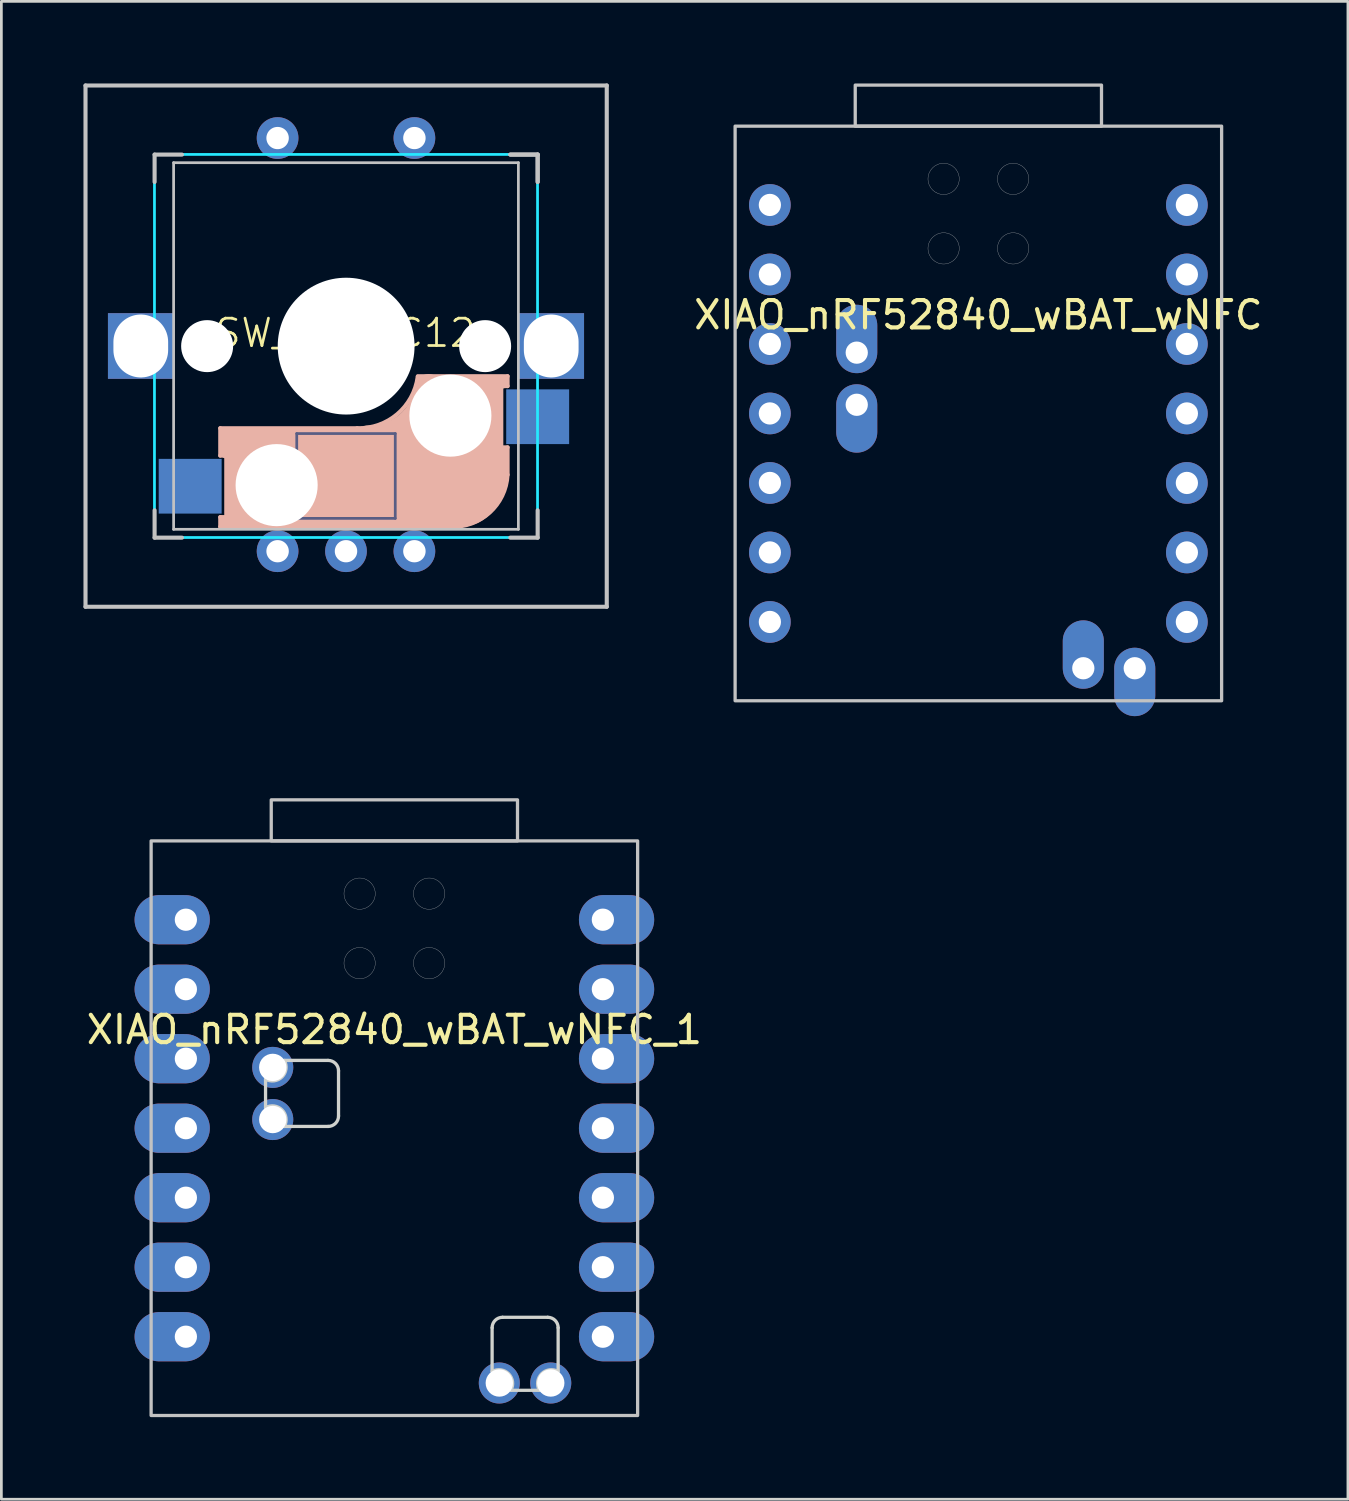
<source format=kicad_pcb>
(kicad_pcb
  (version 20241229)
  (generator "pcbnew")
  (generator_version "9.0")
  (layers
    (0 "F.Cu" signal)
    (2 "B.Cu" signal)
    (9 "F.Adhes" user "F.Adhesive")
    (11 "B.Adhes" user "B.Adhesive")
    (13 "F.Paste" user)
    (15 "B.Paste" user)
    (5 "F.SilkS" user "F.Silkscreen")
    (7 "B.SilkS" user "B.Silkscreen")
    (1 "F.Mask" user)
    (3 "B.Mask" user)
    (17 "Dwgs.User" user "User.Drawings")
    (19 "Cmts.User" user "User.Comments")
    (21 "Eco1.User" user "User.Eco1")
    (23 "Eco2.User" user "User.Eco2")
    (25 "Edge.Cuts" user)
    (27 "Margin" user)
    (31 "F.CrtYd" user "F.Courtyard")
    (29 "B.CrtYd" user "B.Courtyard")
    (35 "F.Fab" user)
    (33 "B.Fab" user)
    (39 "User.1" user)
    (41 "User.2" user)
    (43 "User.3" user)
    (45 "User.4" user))
  (footprint "XIAO_nRF52840_wBAT_wNFC"
    (layer "F.Cu")
    (at 32.706 1.56)
    (property "Reference" "XIAO_nRF52840_wBAT_wNFC" (at 0 6.9 0) (layer "F.SilkS") (effects (font (size 1 1) (thickness 0.15))))
    (attr through_hole exclude_from_pos_files)
    (fp_rect (start -8.89 21) (end 8.89 0) (stroke (width 0.12) (type solid)) (fill no) (layer "Dwgs.User"))
    (fp_rect (start -4.5 -1.5) (end 4.5 0) (stroke (width 0.12) (type solid)) (fill no) (layer "Dwgs.User"))
    (fp_circle (center -1.27 1.928) (end -0.699 1.928) (stroke (width 0.01) (type solid)) (fill no) (layer "Dwgs.User"))
    (fp_circle (center -1.27 4.468) (end -0.699 4.468) (stroke (width 0.01) (type solid)) (fill no) (layer "Dwgs.User"))
    (fp_circle (center 1.27 1.928) (end 1.841 1.928) (stroke (width 0.01) (type solid)) (fill no) (layer "Dwgs.User"))
    (fp_circle (center 1.27 4.468) (end 1.841 4.468) (stroke (width 0.01) (type solid)) (fill no) (layer "Dwgs.User"))
    (pad "1" thru_hole circle (at -7.62 2.88) (size 1.524 1.524) (drill 0.813) (layers "*.Cu" "*.Mask"))
    (pad "2" thru_hole circle (at -7.62 5.42) (size 1.524 1.524) (drill 0.813) (layers "*.Cu" "*.Mask"))
    (pad "3" thru_hole circle (at -7.62 7.96) (size 1.524 1.524) (drill 0.813) (layers "*.Cu" "*.Mask"))
    (pad "4" thru_hole circle (at -7.62 10.5) (size 1.524 1.524) (drill 0.813) (layers "*.Cu" "*.Mask"))
    (pad "5" thru_hole circle (at -7.62 13.04) (size 1.524 1.524) (drill 0.813) (layers "*.Cu" "*.Mask"))
    (pad "6" thru_hole circle (at -7.62 15.58) (size 1.524 1.524) (drill 0.813) (layers "*.Cu" "*.Mask"))
    (pad "7" thru_hole circle (at -7.62 18.12) (size 1.524 1.524) (drill 0.813) (layers "*.Cu" "*.Mask"))
    (pad "8" thru_hole circle (at 7.62 18.12) (size 1.524 1.524) (drill 0.813) (layers "*.Cu" "*.Mask"))
    (pad "9" thru_hole circle (at 7.62 15.58) (size 1.524 1.524) (drill 0.813) (layers "*.Cu" "*.Mask"))
    (pad "10" thru_hole circle (at 7.62 13.04) (size 1.524 1.524) (drill 0.813) (layers "*.Cu" "*.Mask"))
    (pad "11" thru_hole circle (at 7.62 10.5) (size 1.524 1.524) (drill 0.813) (layers "*.Cu" "*.Mask"))
    (pad "12" thru_hole circle (at 7.62 7.96) (size 1.524 1.524) (drill 0.813) (layers "*.Cu" "*.Mask"))
    (pad "13" thru_hole circle (at 7.62 5.42) (size 1.524 1.524) (drill 0.813) (layers "*.Cu" "*.Mask"))
    (pad "14" thru_hole circle (at 7.62 2.88) (size 1.524 1.524) (drill 0.813) (layers "*.Cu" "*.Mask"))
    (pad "15" thru_hole oval (at 3.835 19.812 90) (size 2.5 1.5) (drill 0.813 (offset 0.5 0)) (layers "*.Cu" "*.Mask"))
    (pad "16" thru_hole oval (at 5.715 19.812 270) (size 2.5 1.5) (drill 0.813 (offset 0.5 0)) (layers "*.Cu" "*.Mask"))
    (pad "20" thru_hole oval (at -4.445 10.183 270) (size 2.5 1.5) (drill 0.813 (offset 0.5 0)) (layers "*.Cu" "*.Mask"))
    (pad "21" thru_hole oval (at -4.445 8.278 90) (size 2.5 1.5) (drill 0.813 (offset 0.5 0)) (layers "*.Cu" "*.Mask")))
  (footprint "SW_MX_EC12"
    (layer "F.Cu")
    (at 9.57 9.62)
    (property "Reference" "SW_MX_EC12" (at 0 -0.5 0) (unlocked yes) (layer "F.SilkS") (effects (font (size 1 1) (thickness 0.1))))
    (attr smd)
    (fp_line (start -4.57 2.98) (end -4.57 3.98) (stroke (width 0.15) (type solid)) (layer "B.SilkS"))
    (fp_line (start -4.57 3.98) (end -4.37 3.98) (stroke (width 0.15) (type solid)) (layer "B.SilkS"))
    (fp_line (start -4.57 6.23) (end -4.57 6.58) (stroke (width 0.15) (type solid)) (layer "B.SilkS"))
    (fp_line (start -4.57 6.58) (end 3.83 6.58) (stroke (width 0.15) (type solid)) (layer "B.SilkS"))
    (fp_line (start -4.37 3.88) (end -4.37 3.18) (stroke (width 0.4) (type solid)) (layer "B.SilkS"))
    (fp_line (start -4.37 6.23) (end -4.57 6.23) (stroke (width 0.15) (type solid)) (layer "B.SilkS"))
    (fp_line (start -4.37 6.38) (end -2.97 6.38) (stroke (width 0.4) (type solid)) (layer "B.SilkS"))
    (fp_line (start -4.35 3.98) (end -4.35 6.23) (stroke (width 0.15) (type solid)) (layer "B.SilkS"))
    (fp_line (start -4.27 3.28) (end -2.87 3.28) (stroke (width 0.5) (type solid)) (layer "B.SilkS"))
    (fp_line (start -3.87 5.98) (end -3.87 3.48) (stroke (width 1) (type solid)) (layer "B.SilkS"))
    (fp_line (start -2.57 4.78) (end 4.13 4.78) (stroke (width 3.5) (type solid)) (layer "B.SilkS"))
    (fp_line (start 0.43 2.98) (end -4.57 2.98) (stroke (width 0.15) (type solid)) (layer "B.SilkS"))
    (fp_line (start 4.2 5.08) (end 4.2 2.84) (stroke (width 3) (type solid)) (layer "B.SilkS"))
    (fp_line (start 5.33 1.58) (end 5.33 3.38) (stroke (width 0.8) (type solid)) (layer "B.SilkS"))
    (fp_line (start 5.7 3.68) (end 5.7 1.44) (stroke (width 0.15) (type solid)) (layer "B.SilkS"))
    (fp_line (start 5.73 1.44) (end 5.93 1.44) (stroke (width 0.15) (type solid)) (layer "B.SilkS"))
    (fp_line (start 5.73 1.28) (end 3.03 1.28) (stroke (width 0.5) (type solid)) (layer "B.SilkS"))
    (fp_line (start 5.83 3.78) (end 5.83 4.68) (stroke (width 0.3) (type solid)) (layer "B.SilkS"))
    (fp_line (start 5.93 1.08) (end 2.65 1.08) (stroke (width 0.15) (type solid)) (layer "B.SilkS"))
    (fp_line (start 5.93 1.08) (end 5.93 1.44) (stroke (width 0.15) (type solid)) (layer "B.SilkS"))
    (fp_line (start 5.93 3.68) (end 5.73 3.68) (stroke (width 0.15) (type solid)) (layer "B.SilkS"))
    (fp_line (start 5.93 4.68) (end 5.93 3.68) (stroke (width 0.15) (type solid)) (layer "B.SilkS"))
    (fp_arc (start 2.646318 1.101472) (mid 1.898709 2.466118) (end 0.43 2.98) (stroke (width 0.15) (type solid)) (layer "B.SilkS"))
    (fp_arc (start 3.046318 1.501471) (mid 2.298709 2.866118) (end 0.83 3.38) (stroke (width 1) (type solid)) (layer "B.SilkS"))
    (fp_arc (start 5.93 4.679999) (mid 5.273504 6.064924) (end 3.830001 6.58) (stroke (width 0.15) (type solid)) (layer "B.SilkS"))
    (fp_line (start -9.5 -9.55) (end 9.55 -9.55) (stroke (width 0.1) (type solid)) (layer "Dwgs.User"))
    (fp_line (start -9.5 9.5) (end -9.5 -9.55) (stroke (width 0.1) (type solid)) (layer "Dwgs.User"))
    (fp_line (start -9.495 -9.545) (end 9.555 -9.545) (stroke (width 0.15) (type solid)) (layer "Dwgs.User"))
    (fp_line (start -9.495 9.505) (end -9.495 -9.545) (stroke (width 0.15) (type solid)) (layer "Dwgs.User"))
    (fp_line (start -6.97 -7.02) (end -6.97 -6.02) (stroke (width 0.15) (type solid)) (layer "Dwgs.User"))
    (fp_line (start -6.97 5.98) (end -6.97 6.98) (stroke (width 0.15) (type solid)) (layer "Dwgs.User"))
    (fp_line (start -6.97 6.98) (end -5.97 6.98) (stroke (width 0.15) (type solid)) (layer "Dwgs.User"))
    (fp_line (start -6.275 6.675) (end -6.275 -6.725) (stroke (width 0.1) (type default)) (layer "Dwgs.User"))
    (fp_line (start -5.97 -7.02) (end -6.97 -7.02) (stroke (width 0.15) (type solid)) (layer "Dwgs.User"))
    (fp_line (start 6.03 -7.02) (end 7.03 -7.02) (stroke (width 0.15) (type solid)) (layer "Dwgs.User"))
    (fp_line (start 6.03 -7.02) (end 7.03 -7.02) (stroke (width 0.15) (type solid)) (layer "Dwgs.User"))
    (fp_line (start 6.325 -6.725) (end -6.275 -6.725) (stroke (width 0.1) (type default)) (layer "Dwgs.User"))
    (fp_line (start 6.325 6.675) (end -6.275 6.675) (stroke (width 0.1) (type default)) (layer "Dwgs.User"))
    (fp_line (start 6.325 6.675) (end 6.325 -6.725) (stroke (width 0.1) (type default)) (layer "Dwgs.User"))
    (fp_line (start 7.03 -7.02) (end 7.03 -6.02) (stroke (width 0.15) (type solid)) (layer "Dwgs.User"))
    (fp_line (start 7.03 -7.02) (end 7.03 -6.02) (stroke (width 0.15) (type solid)) (layer "Dwgs.User"))
    (fp_line (start 7.03 5.98) (end 7.03 6.98) (stroke (width 0.15) (type solid)) (layer "Dwgs.User"))
    (fp_line (start 7.03 6.98) (end 6.03 6.98) (stroke (width 0.15) (type solid)) (layer "Dwgs.User"))
    (fp_line (start 9.55 -9.55) (end 9.55 9.5) (stroke (width 0.1) (type solid)) (layer "Dwgs.User"))
    (fp_line (start 9.55 9.5) (end -9.5 9.5) (stroke (width 0.1) (type solid)) (layer "Dwgs.User"))
    (fp_line (start 9.555 -9.545) (end 9.555 9.505) (stroke (width 0.15) (type solid)) (layer "Dwgs.User"))
    (fp_line (start 9.555 9.505) (end -9.495 9.505) (stroke (width 0.15) (type solid)) (layer "Dwgs.User"))
    (fp_line (start -6.975 -7.025) (end -6.975 6.975) (stroke (width 0.1) (type default)) (layer "B.CrtYd"))
    (fp_line (start -6.975 -7.025) (end 7.025 -7.025) (stroke (width 0.1) (type default)) (layer "B.CrtYd"))
    (fp_line (start -6.975 6.975) (end 7.025 6.975) (stroke (width 0.1) (type default)) (layer "B.CrtYd"))
    (fp_line (start 7.025 6.975) (end 7.025 -7.025) (stroke (width 0.1) (type default)) (layer "B.CrtYd"))
    (fp_line (start -1.775 3.175) (end 1.825 3.175) (stroke (width 0.1) (type default)) (layer "B.Fab"))
    (fp_line (start -1.775 6.275) (end -1.775 3.175) (stroke (width 0.1) (type default)) (layer "B.Fab"))
    (fp_line (start -1.775 6.275) (end 1.825 6.275) (stroke (width 0.1) (type default)) (layer "B.Fab"))
    (fp_line (start 1.825 6.275) (end 1.825 3.175) (stroke (width 0.1) (type default)) (layer "B.Fab"))
    (pad "" thru_hole rect (at -7.475 -0.025 270) (size 2.4 2.4) (drill oval 2.3 2) (layers "*.Cu" "*.Mask"))
    (pad "" np_thru_hole circle (at -5.05 -0.02 180) (size 1.9 1.9) (drill 1.9) (layers "*.Cu" "*.Mask"))
    (pad "" np_thru_hole circle (at -2.51 5.06) (size 3 3) (drill 3) (layers "*.Cu" "*.Mask"))
    (pad "" np_thru_hole circle (at 0.03 -0.02 270) (size 4.1 4.1) (drill 4.1) (layers "*.Cu" "*.Mask"))
    (pad "" np_thru_hole circle (at 0.03 -0.02 270) (size 5 5) (drill 5) (layers "*.Cu"))
    (pad "" np_thru_hole circle (at 3.84 2.52) (size 3 3) (drill 3) (layers "*.Cu" "*.Mask"))
    (pad "" np_thru_hole circle (at 5.11 -0.02 180) (size 1.9 1.9) (drill 1.9) (layers "*.Cu" "*.Mask"))
    (pad "" thru_hole rect (at 7.525 -0.025 270) (size 2.4 2.4) (drill oval 2.3 2) (layers "*.Cu" "*.Mask"))
    (pad "1" thru_hole circle (at 2.525 -7.625) (size 1.524 1.524) (drill oval 0.82 0.813) (layers "*.Cu" "*.Mask"))
    (pad "1" smd rect (at 7.03 2.56) (size 2.3 2) (layers "B.Cu" "B.Mask" "B.Paste"))
    (pad "2" smd rect (at -5.67 5.1) (size 2.3 2) (layers "B.Cu" "B.Mask" "B.Paste"))
    (pad "2" thru_hole circle (at -2.475 -7.625) (size 1.524 1.524) (drill oval 0.82 0.813) (layers "*.Cu" "*.Mask"))
    (pad "A" thru_hole circle (at -2.475 7.475) (size 1.524 1.524) (drill oval 0.82 0.813) (layers "*.Cu" "*.Mask"))
    (pad "B" thru_hole circle (at 2.525 7.475) (size 1.524 1.524) (drill oval 0.82 0.813) (layers "*.Cu" "*.Mask"))
    (pad "C" thru_hole circle (at 0.025 7.475) (size 1.524 1.524) (drill oval 0.82 0.813) (layers "*.Cu" "*.Mask")))
  (footprint "XIAO_nRF52840_wBAT_wNFC_1"
    (layer "F.Cu")
    (at 11.363 27.682)
    (property "Reference" "XIAO_nRF52840_wBAT_wNFC_1" (at 0 6.9 0) (layer "F.SilkS") (effects (font (size 1 1) (thickness 0.15))))
    (attr through_hole exclude_from_pos_files)
    (fp_rect (start -8.89 21) (end 8.89 0) (stroke (width 0.12) (type solid)) (fill no) (layer "Dwgs.User"))
    (fp_rect (start -4.5 -1.5) (end 4.5 0) (stroke (width 0.12) (type solid)) (fill no) (layer "Dwgs.User"))
    (fp_circle (center -1.27 1.928) (end -0.699 1.928) (stroke (width 0.01) (type solid)) (fill no) (layer "Dwgs.User"))
    (fp_circle (center -1.27 4.468) (end -0.699 4.468) (stroke (width 0.01) (type solid)) (fill no) (layer "Dwgs.User"))
    (fp_circle (center 1.27 1.928) (end 1.841 1.928) (stroke (width 0.01) (type solid)) (fill no) (layer "Dwgs.User"))
    (fp_circle (center 1.27 4.468) (end 1.841 4.468) (stroke (width 0.01) (type solid)) (fill no) (layer "Dwgs.User"))
    (fp_line (start -4.708 9.749) (end -4.708 8.708) (stroke (width 0.12) (type solid)) (layer "Edge.Cuts"))
    (fp_line (start -4.022 8.022) (end -2.422 8.022) (stroke (width 0.12) (type solid)) (layer "Edge.Cuts"))
    (fp_line (start -2.422 10.435) (end -4.022 10.435) (stroke (width 0.12) (type solid)) (layer "Edge.Cuts"))
    (fp_line (start -2.041 8.403) (end -2.041 10.054) (stroke (width 0.12) (type solid)) (layer "Edge.Cuts"))
    (fp_line (start 3.572 19.392) (end 3.572 17.792) (stroke (width 0.12) (type solid)) (layer "Edge.Cuts"))
    (fp_line (start 3.953 17.411) (end 5.604 17.411) (stroke (width 0.12) (type solid)) (layer "Edge.Cuts"))
    (fp_line (start 5.299 20.078) (end 4.258 20.078) (stroke (width 0.12) (type solid)) (layer "Edge.Cuts"))
    (fp_line (start 5.985 17.792) (end 5.985 19.392) (stroke (width 0.12) (type solid)) (layer "Edge.Cuts"))
    (fp_arc (start -4.707753 9.749447) (mid -4.104146 9.831637) (end -4.021953 10.435247) (stroke (width 0.12) (type solid)) (layer "Edge.Cuts"))
    (fp_arc (start -4.021953 8.022247) (mid -4.104144 8.625856) (end -4.707753 8.708047) (stroke (width 0.12) (type solid)) (layer "Edge.Cuts"))
    (fp_arc (start -2.421753 8.022247) (mid -2.152342 8.133838) (end -2.040753 8.403247) (stroke (width 0.12) (type solid)) (layer "Edge.Cuts"))
    (fp_arc (start -2.040753 10.054247) (mid -2.152344 10.323656) (end -2.421753 10.435247) (stroke (width 0.12) (type solid)) (layer "Edge.Cuts"))
    (fp_arc (start 3.572247 17.791753) (mid 3.683838 17.522342) (end 3.953247 17.410753) (stroke (width 0.12) (type solid)) (layer "Edge.Cuts"))
    (fp_arc (start 3.572247 19.391953) (mid 4.175856 19.474144) (end 4.258047 20.077753) (stroke (width 0.12) (type solid)) (layer "Edge.Cuts"))
    (fp_arc (start 5.299447 20.077753) (mid 5.381637 19.474146) (end 5.985247 19.391953) (stroke (width 0.12) (type solid)) (layer "Edge.Cuts"))
    (fp_arc (start 5.604247 17.410753) (mid 5.873656 17.522344) (end 5.985247 17.791753) (stroke (width 0.12) (type solid)) (layer "Edge.Cuts"))
    (pad "1" thru_hole oval (at -7.62 2.88) (size 2.75 1.8) (drill 0.813 (offset -0.5 0)) (layers "*.Cu" "*.Mask"))
    (pad "2" thru_hole oval (at -7.62 5.42) (size 2.75 1.8) (drill 0.813 (offset -0.5 0)) (layers "*.Cu" "*.Mask"))
    (pad "3" thru_hole oval (at -7.62 7.96) (size 2.75 1.8) (drill 0.813 (offset -0.5 0)) (layers "*.Cu" "*.Mask"))
    (pad "4" thru_hole oval (at -7.62 10.5) (size 2.75 1.8) (drill 0.813 (offset -0.5 0)) (layers "*.Cu" "*.Mask"))
    (pad "5" thru_hole oval (at -7.62 13.04) (size 2.75 1.8) (drill 0.813 (offset -0.5 0)) (layers "*.Cu" "*.Mask"))
    (pad "6" thru_hole oval (at -7.62 15.58) (size 2.75 1.8) (drill 0.813 (offset -0.5 0)) (layers "*.Cu" "*.Mask"))
    (pad "7" thru_hole oval (at -7.62 18.12) (size 2.75 1.8) (drill 0.813 (offset -0.5 0)) (layers "*.Cu" "*.Mask"))
    (pad "8" thru_hole oval (at 7.62 18.12) (size 2.75 1.8) (drill 0.813 (offset 0.5 0)) (layers "*.Cu" "*.Mask"))
    (pad "9" thru_hole oval (at 7.62 15.58) (size 2.75 1.8) (drill 0.813 (offset 0.5 0)) (layers "*.Cu" "*.Mask"))
    (pad "10" thru_hole oval (at 7.62 13.04) (size 2.75 1.8) (drill 0.813 (offset 0.5 0)) (layers "*.Cu" "*.Mask"))
    (pad "11" thru_hole oval (at 7.62 10.5) (size 2.75 1.8) (drill 0.813 (offset 0.5 0)) (layers "*.Cu" "*.Mask"))
    (pad "12" thru_hole oval (at 7.62 7.96) (size 2.75 1.8) (drill 0.813 (offset 0.5 0)) (layers "*.Cu" "*.Mask"))
    (pad "13" thru_hole oval (at 7.62 5.42) (size 2.75 1.8) (drill 0.813 (offset 0.5 0)) (layers "*.Cu" "*.Mask"))
    (pad "14" thru_hole oval (at 7.62 2.88) (size 2.75 1.8) (drill 0.813 (offset 0.5 0)) (layers "*.Cu" "*.Mask"))
    (pad "15" thru_hole circle (at 3.835 19.812 90) (size 1.5 1.5) (drill 1) (layers "*.Cu" "*.Mask"))
    (pad "16" thru_hole circle (at 5.715 19.812 270) (size 1.5 1.5) (drill 1) (layers "*.Cu" "*.Mask"))
    (pad "20" thru_hole circle (at -4.445 10.183 270) (size 1.5 1.5) (drill 1) (layers "*.Cu" "*.Mask"))
    (pad "21" thru_hole circle (at -4.445 8.278 90) (size 1.5 1.5) (drill 1) (layers "*.Cu" "*.Mask")))
  (gr_rect
    (start -3 -3)
    (end 46.212 51.742)
    (stroke (width 0.1) (type default))
    (fill no)
    (layer "Edge.Cuts")))
</source>
